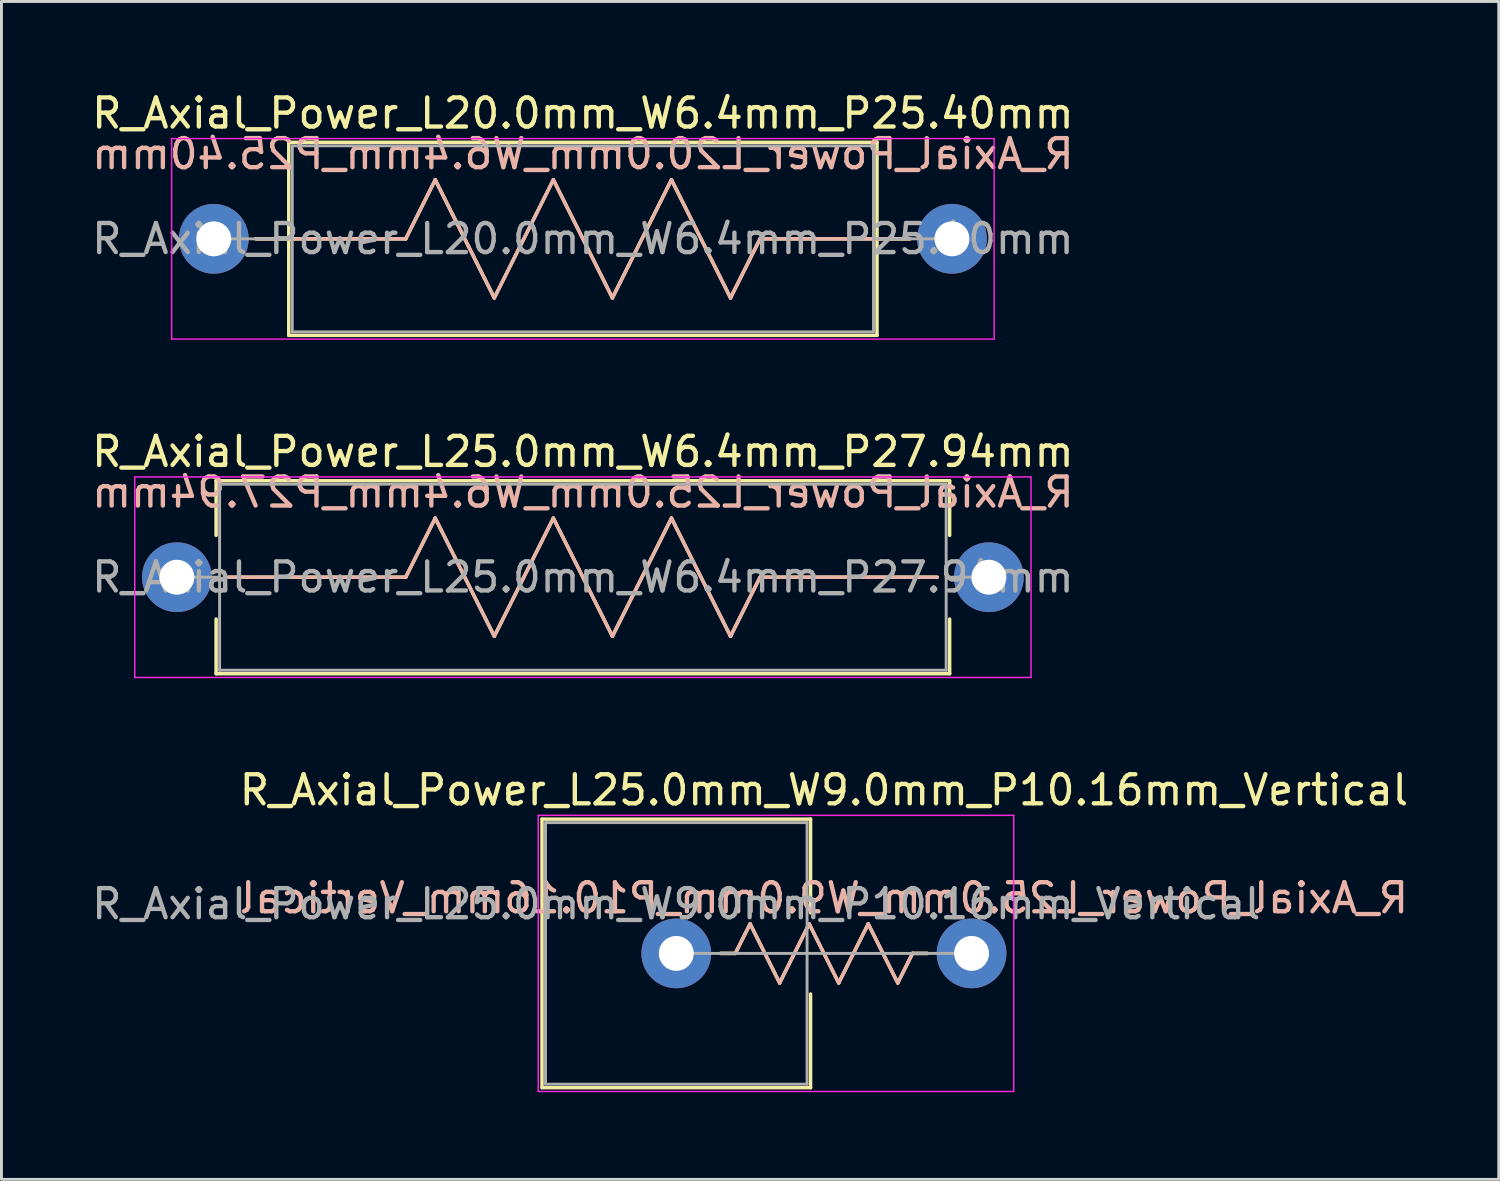
<source format=kicad_pcb>
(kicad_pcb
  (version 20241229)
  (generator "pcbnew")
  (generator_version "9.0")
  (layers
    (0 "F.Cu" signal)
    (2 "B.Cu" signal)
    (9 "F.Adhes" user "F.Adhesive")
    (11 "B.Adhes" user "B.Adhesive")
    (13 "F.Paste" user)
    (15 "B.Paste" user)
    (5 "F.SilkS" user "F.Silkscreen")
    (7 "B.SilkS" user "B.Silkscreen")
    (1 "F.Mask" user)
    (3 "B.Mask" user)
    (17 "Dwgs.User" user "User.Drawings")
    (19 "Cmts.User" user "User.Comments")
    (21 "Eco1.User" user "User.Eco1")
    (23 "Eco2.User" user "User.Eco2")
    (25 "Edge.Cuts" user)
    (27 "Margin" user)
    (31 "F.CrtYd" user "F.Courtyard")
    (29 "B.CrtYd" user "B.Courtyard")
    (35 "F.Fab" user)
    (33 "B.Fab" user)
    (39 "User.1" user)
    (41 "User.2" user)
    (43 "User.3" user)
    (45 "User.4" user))
  (footprint "R_Axial_Power_L25.0mm_W9.0mm_P10.16mm_Vertical"
    (layer "F.Cu")
    (at 20.22 29.755)
    (property "Reference" "R_Axial_Power_L25.0mm_W9.0mm_P10.16mm_Vertical" (at 5.08 -5.62 0) (layer "F.SilkS") (effects (font (size 1 1) (thickness 0.15))))
    (attr through_hole)
    (fp_line (start -4.62 -4.62) (end -4.62 4.62) (stroke (width 0.12) (type solid)) (layer "F.SilkS"))
    (fp_line (start -4.62 4.62) (end 4.62 4.62) (stroke (width 0.12) (type solid)) (layer "F.SilkS"))
    (fp_line (start 2.032 0) (end 1.524 0) (stroke (width 0.12) (type solid)) (layer "F.SilkS"))
    (fp_line (start 2.032 0) (end 2.54 -1.016) (stroke (width 0.12) (type solid)) (layer "F.SilkS"))
    (fp_line (start 2.54 -1.016) (end 3.556 1.016) (stroke (width 0.12) (type solid)) (layer "F.SilkS"))
    (fp_line (start 3.556 1.016) (end 4.572 -1.016) (stroke (width 0.12) (type solid)) (layer "F.SilkS"))
    (fp_line (start 4.572 -1.016) (end 5.588 1.016) (stroke (width 0.12) (type solid)) (layer "F.SilkS"))
    (fp_line (start 4.62 -4.62) (end -4.62 -4.62) (stroke (width 0.12) (type solid)) (layer "F.SilkS"))
    (fp_line (start 4.62 -1.397) (end 4.62 -4.62) (stroke (width 0.12) (type solid)) (layer "F.SilkS"))
    (fp_line (start 4.62 1.397) (end 4.62 4.62) (stroke (width 0.12) (type solid)) (layer "F.SilkS"))
    (fp_line (start 5.588 1.016) (end 6.604 -1.016) (stroke (width 0.12) (type solid)) (layer "F.SilkS"))
    (fp_line (start 6.604 -1.016) (end 7.62 1.016) (stroke (width 0.12) (type solid)) (layer "F.SilkS"))
    (fp_line (start 7.62 1.016) (end 8.128 0) (stroke (width 0.12) (type solid)) (layer "F.SilkS"))
    (fp_line (start 8.128 0) (end 8.636 0) (stroke (width 0.12) (type solid)) (layer "F.SilkS"))
    (fp_line (start 1.524 0) (end 2.032 0) (stroke (width 0.12) (type solid)) (layer "B.SilkS"))
    (fp_line (start 2.032 0) (end 2.54 -1.016) (stroke (width 0.12) (type solid)) (layer "B.SilkS"))
    (fp_line (start 2.54 -1.016) (end 3.556 1.016) (stroke (width 0.12) (type solid)) (layer "B.SilkS"))
    (fp_line (start 3.556 1.016) (end 4.572 -1.016) (stroke (width 0.12) (type solid)) (layer "B.SilkS"))
    (fp_line (start 4.572 -1.016) (end 5.588 1.016) (stroke (width 0.12) (type solid)) (layer "B.SilkS"))
    (fp_line (start 5.588 1.016) (end 6.604 -1.016) (stroke (width 0.12) (type solid)) (layer "B.SilkS"))
    (fp_line (start 6.604 -1.016) (end 7.62 1.016) (stroke (width 0.12) (type solid)) (layer "B.SilkS"))
    (fp_line (start 7.62 1.016) (end 8.128 0) (stroke (width 0.12) (type solid)) (layer "B.SilkS"))
    (fp_line (start 8.128 0) (end 8.636 0) (stroke (width 0.12) (type solid)) (layer "B.SilkS"))
    (fp_line (start -4.75 -4.75) (end -4.75 4.75) (stroke (width 0.05) (type solid)) (layer "F.CrtYd"))
    (fp_line (start -4.75 4.75) (end 11.61 4.75) (stroke (width 0.05) (type solid)) (layer "F.CrtYd"))
    (fp_line (start 11.61 -4.75) (end -4.75 -4.75) (stroke (width 0.05) (type solid)) (layer "F.CrtYd"))
    (fp_line (start 11.61 4.75) (end 11.61 -4.75) (stroke (width 0.05) (type solid)) (layer "F.CrtYd"))
    (fp_line (start -4.5 -4.5) (end -4.5 4.5) (stroke (width 0.1) (type solid)) (layer "F.Fab"))
    (fp_line (start -4.5 4.5) (end 4.5 4.5) (stroke (width 0.1) (type solid)) (layer "F.Fab"))
    (fp_line (start 0 0) (end 10.16 0) (stroke (width 0.1) (type solid)) (layer "F.Fab"))
    (fp_line (start 4.5 -4.5) (end -4.5 -4.5) (stroke (width 0.1) (type solid)) (layer "F.Fab"))
    (fp_line (start 4.5 4.5) (end 4.5 -4.5) (stroke (width 0.1) (type solid)) (layer "F.Fab"))
    (fp_text user "${REFERENCE}" (at 5.08 -1.905 0) (unlocked yes) (layer "B.SilkS") (effects (font (size 1 1) (thickness 0.15)) (justify mirror)))
    (fp_text user "${REFERENCE}" (at 0 -1.7 0) (layer "F.Fab") (effects (font (size 1 1) (thickness 0.15))))
    (pad "1" thru_hole circle (at 0 0) (size 2.4 2.4) (drill 1.2) (layers "*.Cu" "*.Mask"))
    (pad "2" thru_hole oval (at 10.16 0) (size 2.4 2.4) (drill 1.2) (layers "*.Cu" "*.Mask")))
  (footprint "R_Axial_Power_L20.0mm_W6.4mm_P25.40mm"
    (layer "F.Cu")
    (at 4.306 5.168)
    (property "Reference" "R_Axial_Power_L20.0mm_W6.4mm_P25.40mm" (at 12.7 -4.32 0) (layer "F.SilkS") (effects (font (size 1 1) (thickness 0.15))))
    (attr through_hole)
    (fp_line (start 1.44 0) (end 2.58 0) (stroke (width 0.12) (type solid)) (layer "F.SilkS"))
    (fp_line (start 2.58 -3.32) (end 2.58 3.32) (stroke (width 0.12) (type solid)) (layer "F.SilkS"))
    (fp_line (start 2.58 0) (end 6.604 0) (stroke (width 0.12) (type solid)) (layer "F.SilkS"))
    (fp_line (start 2.58 3.32) (end 22.82 3.32) (stroke (width 0.12) (type solid)) (layer "F.SilkS"))
    (fp_line (start 6.604 0) (end 7.62 -2.032) (stroke (width 0.12) (type solid)) (layer "F.SilkS"))
    (fp_line (start 7.62 -2.032) (end 9.652 2.032) (stroke (width 0.12) (type solid)) (layer "F.SilkS"))
    (fp_line (start 9.652 2.032) (end 11.684 -2.032) (stroke (width 0.12) (type solid)) (layer "F.SilkS"))
    (fp_line (start 11.684 -2.032) (end 13.716 2.032) (stroke (width 0.12) (type solid)) (layer "F.SilkS"))
    (fp_line (start 13.716 2.032) (end 15.748 -2.032) (stroke (width 0.12) (type solid)) (layer "F.SilkS"))
    (fp_line (start 15.748 -2.032) (end 17.78 2.032) (stroke (width 0.12) (type solid)) (layer "F.SilkS"))
    (fp_line (start 17.78 2.032) (end 18.796 0) (stroke (width 0.12) (type solid)) (layer "F.SilkS"))
    (fp_line (start 22.82 -3.32) (end 2.58 -3.32) (stroke (width 0.12) (type solid)) (layer "F.SilkS"))
    (fp_line (start 22.82 0) (end 18.796 0) (stroke (width 0.12) (type solid)) (layer "F.SilkS"))
    (fp_line (start 22.82 3.32) (end 22.82 -3.32) (stroke (width 0.12) (type solid)) (layer "F.SilkS"))
    (fp_line (start 23.96 0) (end 22.82 0) (stroke (width 0.12) (type solid)) (layer "F.SilkS"))
    (fp_line (start 1.46 0) (end 6.604 0) (stroke (width 0.12) (type solid)) (layer "B.SilkS"))
    (fp_line (start 6.604 0) (end 7.62 -2.032) (stroke (width 0.12) (type solid)) (layer "B.SilkS"))
    (fp_line (start 7.62 -2.032) (end 9.652 2.032) (stroke (width 0.12) (type solid)) (layer "B.SilkS"))
    (fp_line (start 9.652 2.032) (end 11.684 -2.032) (stroke (width 0.12) (type solid)) (layer "B.SilkS"))
    (fp_line (start 11.684 -2.032) (end 13.716 2.032) (stroke (width 0.12) (type solid)) (layer "B.SilkS"))
    (fp_line (start 13.716 2.032) (end 15.748 -2.032) (stroke (width 0.12) (type solid)) (layer "B.SilkS"))
    (fp_line (start 15.748 -2.032) (end 17.78 2.032) (stroke (width 0.12) (type solid)) (layer "B.SilkS"))
    (fp_line (start 17.78 2.032) (end 18.796 0) (stroke (width 0.12) (type solid)) (layer "B.SilkS"))
    (fp_line (start 18.796 0) (end 23.939 0) (stroke (width 0.12) (type solid)) (layer "B.SilkS"))
    (fp_line (start -1.45 -3.45) (end -1.45 3.45) (stroke (width 0.05) (type solid)) (layer "F.CrtYd"))
    (fp_line (start -1.45 3.45) (end 26.85 3.45) (stroke (width 0.05) (type solid)) (layer "F.CrtYd"))
    (fp_line (start 26.85 -3.45) (end -1.45 -3.45) (stroke (width 0.05) (type solid)) (layer "F.CrtYd"))
    (fp_line (start 26.85 3.45) (end 26.85 -3.45) (stroke (width 0.05) (type solid)) (layer "F.CrtYd"))
    (fp_line (start 0 0) (end 2.7 0) (stroke (width 0.1) (type solid)) (layer "F.Fab"))
    (fp_line (start 2.7 -3.2) (end 2.7 3.2) (stroke (width 0.1) (type solid)) (layer "F.Fab"))
    (fp_line (start 2.7 3.2) (end 22.7 3.2) (stroke (width 0.1) (type solid)) (layer "F.Fab"))
    (fp_line (start 22.7 -3.2) (end 2.7 -3.2) (stroke (width 0.1) (type solid)) (layer "F.Fab"))
    (fp_line (start 22.7 3.2) (end 22.7 -3.2) (stroke (width 0.1) (type solid)) (layer "F.Fab"))
    (fp_line (start 25.4 0) (end 22.7 0) (stroke (width 0.1) (type solid)) (layer "F.Fab"))
    (fp_text user "${REFERENCE}" (at 12.7 -2.921 0) (unlocked yes) (layer "B.SilkS") (effects (font (size 1 1) (thickness 0.15)) (justify mirror)))
    (fp_text user "${REFERENCE}" (at 12.7 0 0) (layer "F.Fab") (effects (font (size 1 1) (thickness 0.15))))
    (pad "1" thru_hole circle (at 0 0) (size 2.4 2.4) (drill 1.2) (layers "*.Cu" "*.Mask"))
    (pad "2" thru_hole oval (at 25.4 0) (size 2.4 2.4) (drill 1.2) (layers "*.Cu" "*.Mask")))
  (footprint "R_Axial_Power_L25.0mm_W6.4mm_P27.94mm"
    (layer "F.Cu")
    (at 3.036 16.811)
    (property "Reference" "R_Axial_Power_L25.0mm_W6.4mm_P27.94mm" (at 13.97 -4.32 0) (layer "F.SilkS") (effects (font (size 1 1) (thickness 0.15))))
    (attr through_hole)
    (fp_line (start 1.35 -3.32) (end 26.59 -3.32) (stroke (width 0.12) (type solid)) (layer "F.SilkS"))
    (fp_line (start 1.35 -1.44) (end 1.35 -3.32) (stroke (width 0.12) (type solid)) (layer "F.SilkS"))
    (fp_line (start 1.35 1.44) (end 1.35 3.32) (stroke (width 0.12) (type solid)) (layer "F.SilkS"))
    (fp_line (start 1.35 3.32) (end 26.59 3.32) (stroke (width 0.12) (type solid)) (layer "F.SilkS"))
    (fp_line (start 1.778 0) (end 7.874 0) (stroke (width 0.12) (type solid)) (layer "F.SilkS"))
    (fp_line (start 7.874 0) (end 8.89 -2.032) (stroke (width 0.12) (type solid)) (layer "F.SilkS"))
    (fp_line (start 8.89 -2.032) (end 10.922 2.032) (stroke (width 0.12) (type solid)) (layer "F.SilkS"))
    (fp_line (start 10.922 2.032) (end 12.954 -2.032) (stroke (width 0.12) (type solid)) (layer "F.SilkS"))
    (fp_line (start 12.954 -2.032) (end 14.986 2.032) (stroke (width 0.12) (type solid)) (layer "F.SilkS"))
    (fp_line (start 14.986 2.032) (end 17.018 -2.032) (stroke (width 0.12) (type solid)) (layer "F.SilkS"))
    (fp_line (start 17.018 -2.032) (end 19.05 2.032) (stroke (width 0.12) (type solid)) (layer "F.SilkS"))
    (fp_line (start 19.05 2.032) (end 20.066 0) (stroke (width 0.12) (type solid)) (layer "F.SilkS"))
    (fp_line (start 26.162 0) (end 20.066 0) (stroke (width 0.12) (type solid)) (layer "F.SilkS"))
    (fp_line (start 26.59 -3.32) (end 26.59 -1.44) (stroke (width 0.12) (type solid)) (layer "F.SilkS"))
    (fp_line (start 26.59 3.32) (end 26.59 1.44) (stroke (width 0.12) (type solid)) (layer "F.SilkS"))
    (fp_line (start 1.778 0) (end 7.874 0) (stroke (width 0.12) (type solid)) (layer "B.SilkS"))
    (fp_line (start 7.874 0) (end 8.89 -2.032) (stroke (width 0.12) (type solid)) (layer "B.SilkS"))
    (fp_line (start 8.89 -2.032) (end 10.922 2.032) (stroke (width 0.12) (type solid)) (layer "B.SilkS"))
    (fp_line (start 10.922 2.032) (end 12.954 -2.032) (stroke (width 0.12) (type solid)) (layer "B.SilkS"))
    (fp_line (start 12.954 -2.032) (end 14.986 2.032) (stroke (width 0.12) (type solid)) (layer "B.SilkS"))
    (fp_line (start 14.986 2.032) (end 17.018 -2.032) (stroke (width 0.12) (type solid)) (layer "B.SilkS"))
    (fp_line (start 17.018 -2.032) (end 19.05 2.032) (stroke (width 0.12) (type solid)) (layer "B.SilkS"))
    (fp_line (start 19.05 2.032) (end 20.066 0) (stroke (width 0.12) (type solid)) (layer "B.SilkS"))
    (fp_line (start 20.066 0) (end 26.162 0) (stroke (width 0.12) (type solid)) (layer "B.SilkS"))
    (fp_line (start -1.45 -3.45) (end -1.45 3.45) (stroke (width 0.05) (type solid)) (layer "F.CrtYd"))
    (fp_line (start -1.45 3.45) (end 29.39 3.45) (stroke (width 0.05) (type solid)) (layer "F.CrtYd"))
    (fp_line (start 29.39 -3.45) (end -1.45 -3.45) (stroke (width 0.05) (type solid)) (layer "F.CrtYd"))
    (fp_line (start 29.39 3.45) (end 29.39 -3.45) (stroke (width 0.05) (type solid)) (layer "F.CrtYd"))
    (fp_line (start 0 0) (end 1.47 0) (stroke (width 0.1) (type solid)) (layer "F.Fab"))
    (fp_line (start 1.47 -3.2) (end 1.47 3.2) (stroke (width 0.1) (type solid)) (layer "F.Fab"))
    (fp_line (start 1.47 3.2) (end 26.47 3.2) (stroke (width 0.1) (type solid)) (layer "F.Fab"))
    (fp_line (start 26.47 -3.2) (end 1.47 -3.2) (stroke (width 0.1) (type solid)) (layer "F.Fab"))
    (fp_line (start 26.47 3.2) (end 26.47 -3.2) (stroke (width 0.1) (type solid)) (layer "F.Fab"))
    (fp_line (start 27.94 0) (end 26.47 0) (stroke (width 0.1) (type solid)) (layer "F.Fab"))
    (fp_text user "${REFERENCE}" (at 13.97 -2.921 0) (unlocked yes) (layer "B.SilkS") (effects (font (size 1 1) (thickness 0.15)) (justify mirror)))
    (fp_text user "${REFERENCE}" (at 13.97 0 0) (layer "F.Fab") (effects (font (size 1 1) (thickness 0.15))))
    (pad "1" thru_hole circle (at 0 0) (size 2.4 2.4) (drill 1.2) (layers "*.Cu" "*.Mask"))
    (pad "2" thru_hole oval (at 27.94 0) (size 2.4 2.4) (drill 1.2) (layers "*.Cu" "*.Mask")))
  (gr_rect
    (start -3 -3)
    (end 48.52 37.53)
    (stroke (width 0.1) (type default))
    (fill no)
    (layer "Edge.Cuts")))
</source>
